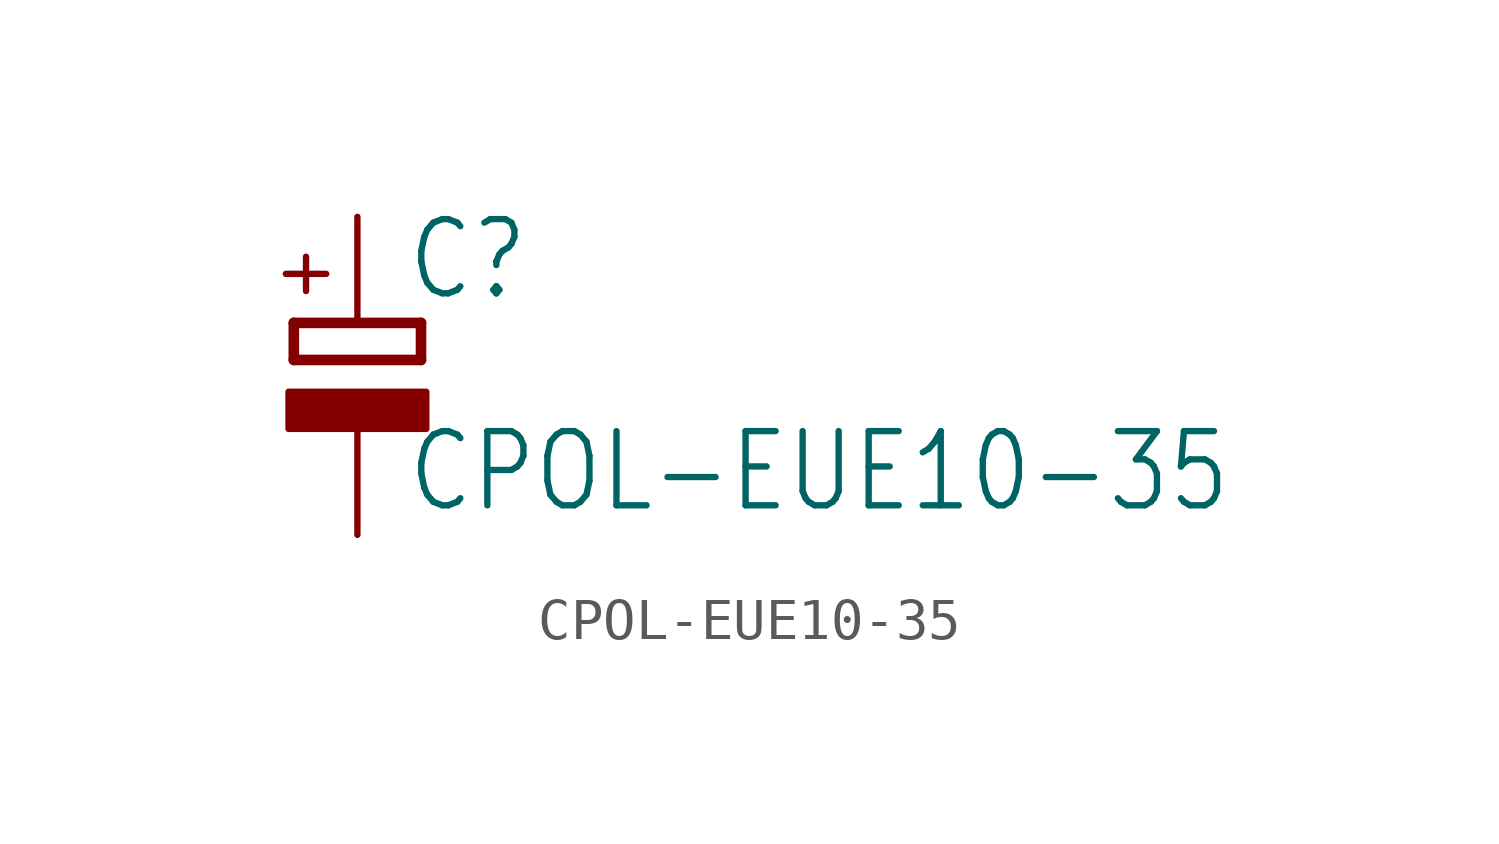
<source format=kicad_sym>
(kicad_symbol_lib
  (version 20210619)
  (generator kicad_symbol_editor)
  (symbol "CPOL-EUE10-35"
    (property "Reference" "C"
      (at 1.143 0.483 0)
      (effects (font (size 1.778 1.511)) (justify left bottom)))
    (property "Value" "CPOL-EUE10-35"
      (at 1.143 -4.597 0)
      (effects (font (size 1.778 1.511)) (justify left bottom)))
    (property "ki_locked" ""
      (at 0 0 0)
      (effects (font (size 1.27 1.27))))
    (symbol "CPOL-EUE10-35_1_0"
      (text "+" (at -0.584 0.406 900) (effects (font (size 1.27 1.079)) (justify left bottom)))
      (rectangle (start -1.651 -2.54) (end 1.651 -1.651) (stroke (width 0)) (fill (type outline)))
      (polyline (pts (xy -1.524 -0.889) (xy 1.524 -0.889)) (stroke (width 0.254)) (fill (type none)))
      (polyline (pts (xy -1.524 0) (xy -1.524 -0.889)) (stroke (width 0.254)) (fill (type none)))
      (polyline (pts (xy -1.524 0) (xy 1.524 0)) (stroke (width 0.254)) (fill (type none)))
      (polyline (pts (xy 1.524 -0.889) (xy 1.524 0)) (stroke (width 0.254)) (fill (type none)))
      (pin passive line (at 0 2.54 270) (length 2.54) (name "+" (effects (font (size 0 0)))) (number "+" (effects (font (size 0 0)))))
      (pin passive line (at 0 -5.08 90) (length 2.54) (name "-" (effects (font (size 0 0)))) (number "-" (effects (font (size 0 0))))))))
</source>
